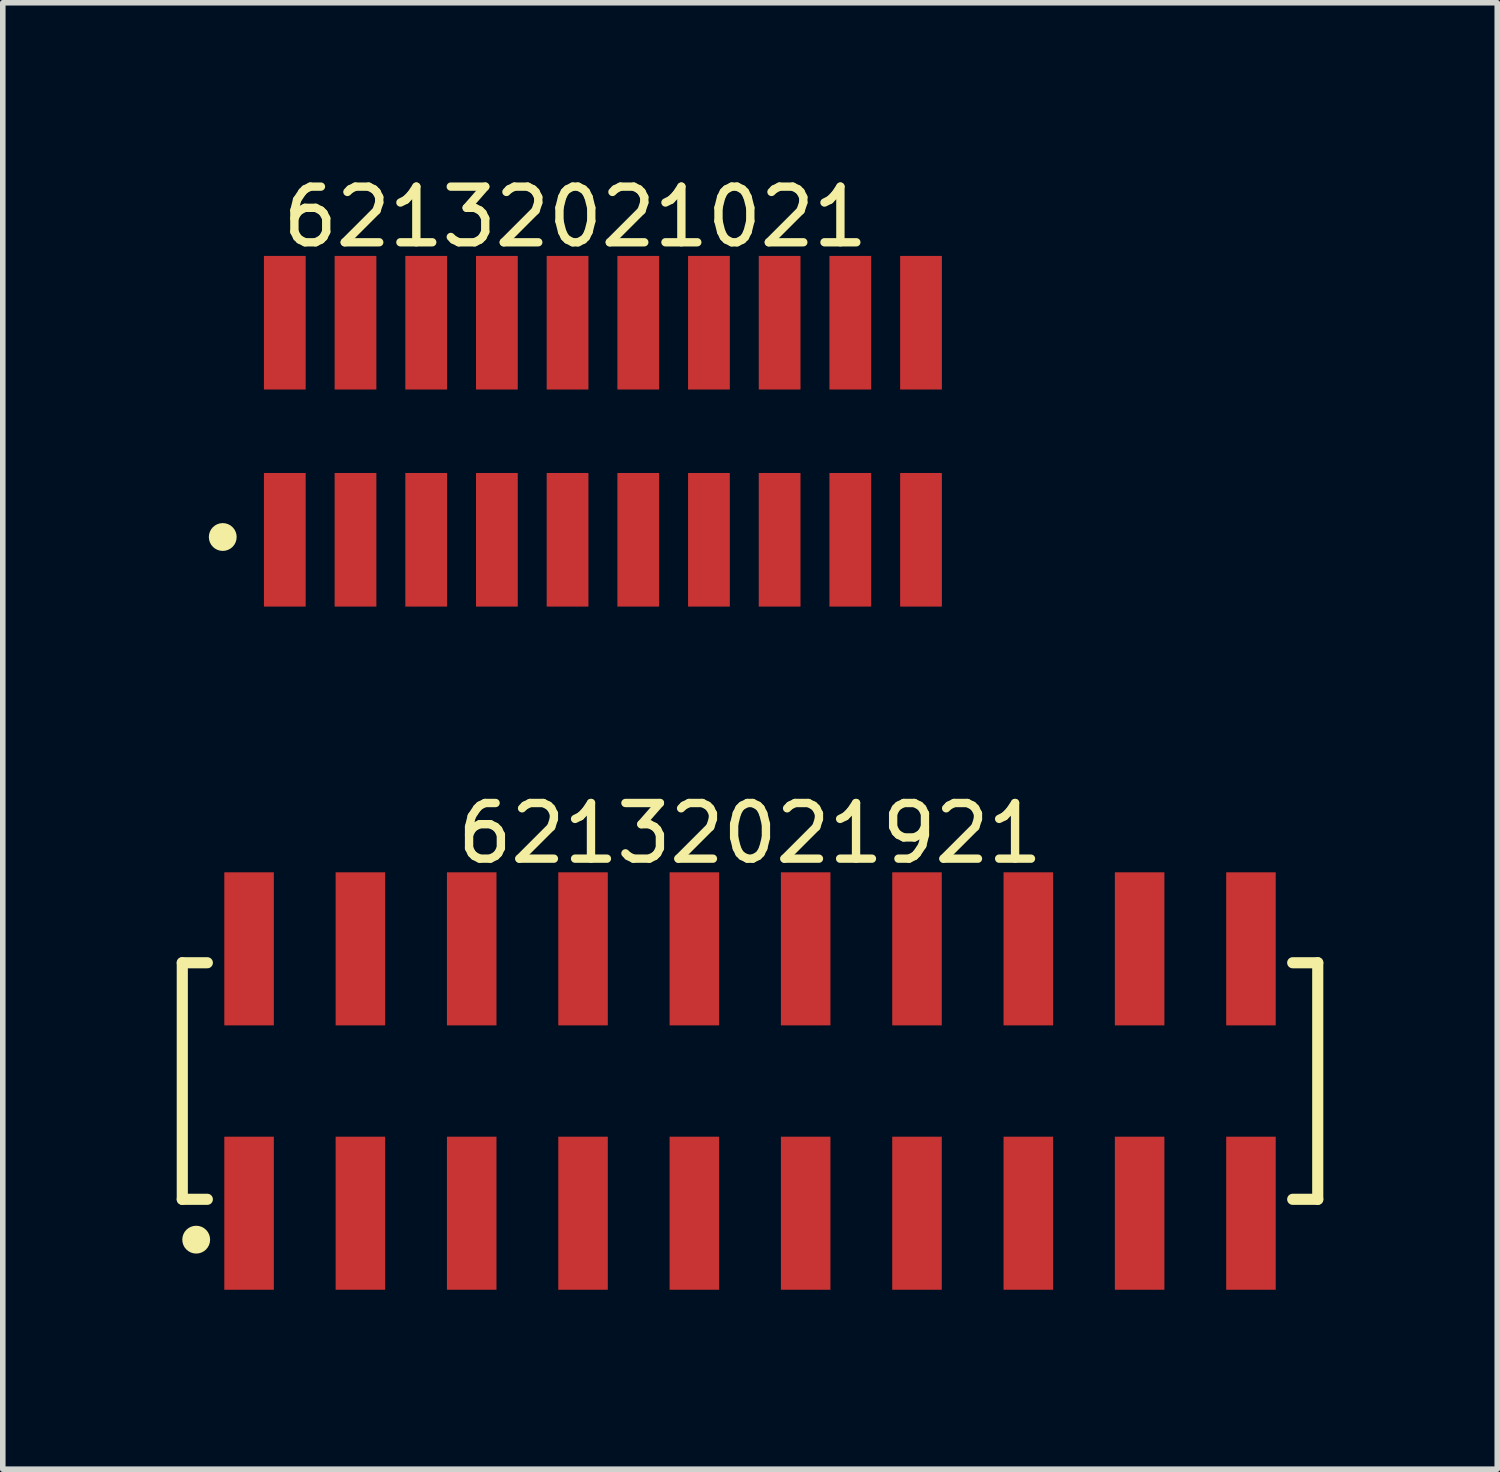
<source format=kicad_pcb>
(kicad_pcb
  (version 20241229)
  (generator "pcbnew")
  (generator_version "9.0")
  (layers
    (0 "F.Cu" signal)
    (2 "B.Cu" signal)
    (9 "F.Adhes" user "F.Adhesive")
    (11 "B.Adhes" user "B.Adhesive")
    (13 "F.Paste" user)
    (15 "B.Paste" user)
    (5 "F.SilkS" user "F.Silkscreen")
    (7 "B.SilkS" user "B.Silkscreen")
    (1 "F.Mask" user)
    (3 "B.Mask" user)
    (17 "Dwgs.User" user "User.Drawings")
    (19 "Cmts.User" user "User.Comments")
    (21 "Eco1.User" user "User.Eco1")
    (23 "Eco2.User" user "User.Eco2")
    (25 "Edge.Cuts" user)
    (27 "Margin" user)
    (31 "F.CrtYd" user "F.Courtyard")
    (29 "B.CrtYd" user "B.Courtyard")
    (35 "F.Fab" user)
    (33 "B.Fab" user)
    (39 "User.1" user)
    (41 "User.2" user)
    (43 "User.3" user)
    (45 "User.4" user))
  (footprint "62132021021"
    (layer "F.Cu")
    (at 7.782 4.698)
    (property "Reference" "62132021021" (at -0.495 -3.85 0) (layer "F.SilkS") (effects (font (size 1 1) (thickness 0.15))))
    (fp_circle (center -6.83 1.9) (end -6.83 1.775) (stroke (width 0.25) (type solid)) (fill no) (layer "F.SilkS"))
    (fp_line (start -6.55 -3.35) (end 6.55 -3.35) (stroke (width 0.05) (type solid)) (layer "Eco2.User"))
    (fp_line (start -6.55 3.35) (end -6.55 -3.35) (stroke (width 0.05) (type solid)) (layer "Eco2.User"))
    (fp_line (start -6.55 3.35) (end 6.55 3.35) (stroke (width 0.05) (type solid)) (layer "Eco2.User"))
    (fp_line (start -6.35 -1.7) (end 6.35 -1.7) (stroke (width 0.1) (type solid)) (layer "Eco2.User"))
    (fp_line (start -6.35 1.7) (end -6.35 -1.7) (stroke (width 0.1) (type solid)) (layer "Eco2.User"))
    (fp_line (start -6.35 1.7) (end 6.35 1.7) (stroke (width 0.1) (type solid)) (layer "Eco2.User"))
    (fp_line (start -5.915 -2.5) (end -5.515 -2.5) (stroke (width 0.1) (type solid)) (layer "Eco2.User"))
    (fp_line (start -5.915 -1.7) (end -5.915 -2.5) (stroke (width 0.1) (type solid)) (layer "Eco2.User"))
    (fp_line (start -5.915 2.5) (end -5.915 1.7) (stroke (width 0.1) (type solid)) (layer "Eco2.User"))
    (fp_line (start -5.915 2.5) (end -5.515 2.5) (stroke (width 0.1) (type solid)) (layer "Eco2.User"))
    (fp_line (start -5.515 -1.7) (end -5.515 -2.5) (stroke (width 0.1) (type solid)) (layer "Eco2.User"))
    (fp_line (start -5.515 2.5) (end -5.515 1.7) (stroke (width 0.1) (type solid)) (layer "Eco2.User"))
    (fp_line (start -4.645 -2.5) (end -4.245 -2.5) (stroke (width 0.1) (type solid)) (layer "Eco2.User"))
    (fp_line (start -4.645 -1.7) (end -4.645 -2.5) (stroke (width 0.1) (type solid)) (layer "Eco2.User"))
    (fp_line (start -4.645 2.5) (end -4.645 1.7) (stroke (width 0.1) (type solid)) (layer "Eco2.User"))
    (fp_line (start -4.645 2.5) (end -4.245 2.5) (stroke (width 0.1) (type solid)) (layer "Eco2.User"))
    (fp_line (start -4.245 -1.7) (end -4.245 -2.5) (stroke (width 0.1) (type solid)) (layer "Eco2.User"))
    (fp_line (start -4.245 2.5) (end -4.245 1.7) (stroke (width 0.1) (type solid)) (layer "Eco2.User"))
    (fp_line (start -3.375 -2.5) (end -2.975 -2.5) (stroke (width 0.1) (type solid)) (layer "Eco2.User"))
    (fp_line (start -3.375 -1.7) (end -3.375 -2.5) (stroke (width 0.1) (type solid)) (layer "Eco2.User"))
    (fp_line (start -3.375 2.5) (end -3.375 1.7) (stroke (width 0.1) (type solid)) (layer "Eco2.User"))
    (fp_line (start -3.375 2.5) (end -2.975 2.5) (stroke (width 0.1) (type solid)) (layer "Eco2.User"))
    (fp_line (start -2.975 -1.7) (end -2.975 -2.5) (stroke (width 0.1) (type solid)) (layer "Eco2.User"))
    (fp_line (start -2.975 2.5) (end -2.975 1.7) (stroke (width 0.1) (type solid)) (layer "Eco2.User"))
    (fp_line (start -2.105 -2.5) (end -1.705 -2.5) (stroke (width 0.1) (type solid)) (layer "Eco2.User"))
    (fp_line (start -2.105 -1.7) (end -2.105 -2.5) (stroke (width 0.1) (type solid)) (layer "Eco2.User"))
    (fp_line (start -2.105 2.5) (end -2.105 1.7) (stroke (width 0.1) (type solid)) (layer "Eco2.User"))
    (fp_line (start -2.105 2.5) (end -1.705 2.5) (stroke (width 0.1) (type solid)) (layer "Eco2.User"))
    (fp_line (start -1.705 -1.7) (end -1.705 -2.5) (stroke (width 0.1) (type solid)) (layer "Eco2.User"))
    (fp_line (start -1.705 2.5) (end -1.705 1.7) (stroke (width 0.1) (type solid)) (layer "Eco2.User"))
    (fp_line (start -0.835 -2.5) (end -0.435 -2.5) (stroke (width 0.1) (type solid)) (layer "Eco2.User"))
    (fp_line (start -0.835 -1.7) (end -0.835 -2.5) (stroke (width 0.1) (type solid)) (layer "Eco2.User"))
    (fp_line (start -0.835 2.5) (end -0.835 1.7) (stroke (width 0.1) (type solid)) (layer "Eco2.User"))
    (fp_line (start -0.835 2.5) (end -0.435 2.5) (stroke (width 0.1) (type solid)) (layer "Eco2.User"))
    (fp_line (start -0.5 0) (end 0.5 0) (stroke (width 0.05) (type solid)) (layer "Eco2.User"))
    (fp_line (start -0.435 -1.7) (end -0.435 -2.5) (stroke (width 0.1) (type solid)) (layer "Eco2.User"))
    (fp_line (start -0.435 2.5) (end -0.435 1.7) (stroke (width 0.1) (type solid)) (layer "Eco2.User"))
    (fp_line (start 0 0.5) (end 0 -0.5) (stroke (width 0.05) (type solid)) (layer "Eco2.User"))
    (fp_line (start 0.435 -2.5) (end 0.835 -2.5) (stroke (width 0.1) (type solid)) (layer "Eco2.User"))
    (fp_line (start 0.435 -1.7) (end 0.435 -2.5) (stroke (width 0.1) (type solid)) (layer "Eco2.User"))
    (fp_line (start 0.435 2.5) (end 0.435 1.7) (stroke (width 0.1) (type solid)) (layer "Eco2.User"))
    (fp_line (start 0.435 2.5) (end 0.835 2.5) (stroke (width 0.1) (type solid)) (layer "Eco2.User"))
    (fp_line (start 0.835 -1.7) (end 0.835 -2.5) (stroke (width 0.1) (type solid)) (layer "Eco2.User"))
    (fp_line (start 0.835 2.5) (end 0.835 1.7) (stroke (width 0.1) (type solid)) (layer "Eco2.User"))
    (fp_line (start 1.705 -2.5) (end 2.105 -2.5) (stroke (width 0.1) (type solid)) (layer "Eco2.User"))
    (fp_line (start 1.705 -1.7) (end 1.705 -2.5) (stroke (width 0.1) (type solid)) (layer "Eco2.User"))
    (fp_line (start 1.705 2.5) (end 1.705 1.7) (stroke (width 0.1) (type solid)) (layer "Eco2.User"))
    (fp_line (start 1.705 2.5) (end 2.105 2.5) (stroke (width 0.1) (type solid)) (layer "Eco2.User"))
    (fp_line (start 2.105 -1.7) (end 2.105 -2.5) (stroke (width 0.1) (type solid)) (layer "Eco2.User"))
    (fp_line (start 2.105 2.5) (end 2.105 1.7) (stroke (width 0.1) (type solid)) (layer "Eco2.User"))
    (fp_line (start 2.975 -2.5) (end 3.375 -2.5) (stroke (width 0.1) (type solid)) (layer "Eco2.User"))
    (fp_line (start 2.975 -1.7) (end 2.975 -2.5) (stroke (width 0.1) (type solid)) (layer "Eco2.User"))
    (fp_line (start 2.975 2.5) (end 2.975 1.7) (stroke (width 0.1) (type solid)) (layer "Eco2.User"))
    (fp_line (start 2.975 2.5) (end 3.375 2.5) (stroke (width 0.1) (type solid)) (layer "Eco2.User"))
    (fp_line (start 3.375 -1.7) (end 3.375 -2.5) (stroke (width 0.1) (type solid)) (layer "Eco2.User"))
    (fp_line (start 3.375 2.5) (end 3.375 1.7) (stroke (width 0.1) (type solid)) (layer "Eco2.User"))
    (fp_line (start 4.245 -2.5) (end 4.645 -2.5) (stroke (width 0.1) (type solid)) (layer "Eco2.User"))
    (fp_line (start 4.245 -1.7) (end 4.245 -2.5) (stroke (width 0.1) (type solid)) (layer "Eco2.User"))
    (fp_line (start 4.245 2.5) (end 4.245 1.7) (stroke (width 0.1) (type solid)) (layer "Eco2.User"))
    (fp_line (start 4.245 2.5) (end 4.645 2.5) (stroke (width 0.1) (type solid)) (layer "Eco2.User"))
    (fp_line (start 4.645 -1.7) (end 4.645 -2.5) (stroke (width 0.1) (type solid)) (layer "Eco2.User"))
    (fp_line (start 4.645 2.5) (end 4.645 1.7) (stroke (width 0.1) (type solid)) (layer "Eco2.User"))
    (fp_line (start 5.515 -2.5) (end 5.915 -2.5) (stroke (width 0.1) (type solid)) (layer "Eco2.User"))
    (fp_line (start 5.515 -1.7) (end 5.515 -2.5) (stroke (width 0.1) (type solid)) (layer "Eco2.User"))
    (fp_line (start 5.515 2.5) (end 5.515 1.7) (stroke (width 0.1) (type solid)) (layer "Eco2.User"))
    (fp_line (start 5.515 2.5) (end 5.915 2.5) (stroke (width 0.1) (type solid)) (layer "Eco2.User"))
    (fp_line (start 5.915 -1.7) (end 5.915 -2.5) (stroke (width 0.1) (type solid)) (layer "Eco2.User"))
    (fp_line (start 5.915 2.5) (end 5.915 1.7) (stroke (width 0.1) (type solid)) (layer "Eco2.User"))
    (fp_line (start 6.35 1.7) (end 6.35 -1.7) (stroke (width 0.1) (type solid)) (layer "Eco2.User"))
    (fp_line (start 6.55 3.35) (end 6.55 -3.35) (stroke (width 0.05) (type solid)) (layer "Eco2.User"))
    (fp_text user "${REFERENCE}" (at 0.15 -0.197 0) (unlocked yes) (layer "User.3") (effects (font (size 1.5 1.5) (thickness 0.15))))
    (pad "1" smd rect (at -5.715 1.95) (size 0.75 2.4) (layers "F.Cu" "F.Mask" "F.Paste"))
    (pad "2" smd rect (at -5.715 -1.95) (size 0.75 2.4) (layers "F.Cu" "F.Mask" "F.Paste"))
    (pad "3" smd rect (at -4.445 1.95) (size 0.75 2.4) (layers "F.Cu" "F.Mask" "F.Paste"))
    (pad "4" smd rect (at -4.445 -1.95) (size 0.75 2.4) (layers "F.Cu" "F.Mask" "F.Paste"))
    (pad "5" smd rect (at -3.175 1.95) (size 0.75 2.4) (layers "F.Cu" "F.Mask" "F.Paste"))
    (pad "6" smd rect (at -3.175 -1.95) (size 0.75 2.4) (layers "F.Cu" "F.Mask" "F.Paste"))
    (pad "7" smd rect (at -1.905 1.95) (size 0.75 2.4) (layers "F.Cu" "F.Mask" "F.Paste"))
    (pad "8" smd rect (at -1.905 -1.95) (size 0.75 2.4) (layers "F.Cu" "F.Mask" "F.Paste"))
    (pad "9" smd rect (at -0.635 1.95) (size 0.75 2.4) (layers "F.Cu" "F.Mask" "F.Paste"))
    (pad "10" smd rect (at -0.635 -1.95) (size 0.75 2.4) (layers "F.Cu" "F.Mask" "F.Paste"))
    (pad "11" smd rect (at 0.635 1.95) (size 0.75 2.4) (layers "F.Cu" "F.Mask" "F.Paste"))
    (pad "12" smd rect (at 0.635 -1.95) (size 0.75 2.4) (layers "F.Cu" "F.Mask" "F.Paste"))
    (pad "13" smd rect (at 1.905 1.95) (size 0.75 2.4) (layers "F.Cu" "F.Mask" "F.Paste"))
    (pad "14" smd rect (at 1.905 -1.95) (size 0.75 2.4) (layers "F.Cu" "F.Mask" "F.Paste"))
    (pad "15" smd rect (at 3.175 1.95) (size 0.75 2.4) (layers "F.Cu" "F.Mask" "F.Paste"))
    (pad "16" smd rect (at 3.175 -1.95) (size 0.75 2.4) (layers "F.Cu" "F.Mask" "F.Paste"))
    (pad "17" smd rect (at 4.445 1.95) (size 0.75 2.4) (layers "F.Cu" "F.Mask" "F.Paste"))
    (pad "18" smd rect (at 4.445 -1.95) (size 0.75 2.4) (layers "F.Cu" "F.Mask" "F.Paste"))
    (pad "19" smd rect (at 5.715 1.95) (size 0.75 2.4) (layers "F.Cu" "F.Mask" "F.Paste"))
    (pad "20" smd rect (at 5.715 -1.95) (size 0.75 2.4) (layers "F.Cu" "F.Mask" "F.Paste")))
  (footprint "62132021921"
    (layer "F.Cu")
    (at 10.425 16.372)
    (property "Reference" "62132021921" (at 0 -4.45 0) (layer "F.SilkS") (effects (font (size 1 1) (thickness 0.15))))
    (fp_line (start -10.2 -2.125) (end -9.75 -2.125) (stroke (width 0.2) (type solid)) (layer "F.SilkS"))
    (fp_line (start -10.2 2.125) (end -10.2 -2.125) (stroke (width 0.2) (type solid)) (layer "F.SilkS"))
    (fp_line (start -10.2 2.125) (end -9.75 2.125) (stroke (width 0.2) (type solid)) (layer "F.SilkS"))
    (fp_line (start 9.75 -2.125) (end 10.2 -2.125) (stroke (width 0.2) (type solid)) (layer "F.SilkS"))
    (fp_line (start 9.75 2.125) (end 10.2 2.125) (stroke (width 0.2) (type solid)) (layer "F.SilkS"))
    (fp_line (start 10.2 2.125) (end 10.2 -2.125) (stroke (width 0.2) (type solid)) (layer "F.SilkS"))
    (fp_circle (center -9.95 2.85) (end -9.95 2.725) (stroke (width 0.25) (type solid)) (fill no) (layer "F.SilkS"))
    (fp_line (start -10.4 -3.95) (end 10.4 -3.95) (stroke (width 0.05) (type solid)) (layer "Eco2.User"))
    (fp_line (start -10.4 3.95) (end -10.4 -3.95) (stroke (width 0.05) (type solid)) (layer "Eco2.User"))
    (fp_line (start -10.4 3.95) (end 10.4 3.95) (stroke (width 0.05) (type solid)) (layer "Eco2.User"))
    (fp_line (start -10 -2) (end 10 -2) (stroke (width 0.1) (type solid)) (layer "Eco2.User"))
    (fp_line (start -10 2) (end -10 -2) (stroke (width 0.1) (type solid)) (layer "Eco2.User"))
    (fp_line (start -10 2) (end 10 2) (stroke (width 0.1) (type solid)) (layer "Eco2.User"))
    (fp_line (start -9.25 -3.1) (end -8.75 -3.1) (stroke (width 0.1) (type solid)) (layer "Eco2.User"))
    (fp_line (start -9.25 -2) (end -9.25 -3.1) (stroke (width 0.1) (type solid)) (layer "Eco2.User"))
    (fp_line (start -9.25 3.1) (end -9.25 2) (stroke (width 0.1) (type solid)) (layer "Eco2.User"))
    (fp_line (start -9.25 3.1) (end -8.75 3.1) (stroke (width 0.1) (type solid)) (layer "Eco2.User"))
    (fp_line (start -8.75 -2) (end -8.75 -3.1) (stroke (width 0.1) (type solid)) (layer "Eco2.User"))
    (fp_line (start -8.75 3.1) (end -8.75 2) (stroke (width 0.1) (type solid)) (layer "Eco2.User"))
    (fp_line (start -7.25 -3.1) (end -6.75 -3.1) (stroke (width 0.1) (type solid)) (layer "Eco2.User"))
    (fp_line (start -7.25 -2) (end -7.25 -3.1) (stroke (width 0.1) (type solid)) (layer "Eco2.User"))
    (fp_line (start -7.25 3.1) (end -7.25 2) (stroke (width 0.1) (type solid)) (layer "Eco2.User"))
    (fp_line (start -7.25 3.1) (end -6.75 3.1) (stroke (width 0.1) (type solid)) (layer "Eco2.User"))
    (fp_line (start -6.75 -2) (end -6.75 -3.1) (stroke (width 0.1) (type solid)) (layer "Eco2.User"))
    (fp_line (start -6.75 3.1) (end -6.75 2) (stroke (width 0.1) (type solid)) (layer "Eco2.User"))
    (fp_line (start -5.25 -3.1) (end -4.75 -3.1) (stroke (width 0.1) (type solid)) (layer "Eco2.User"))
    (fp_line (start -5.25 -2) (end -5.25 -3.1) (stroke (width 0.1) (type solid)) (layer "Eco2.User"))
    (fp_line (start -5.25 3.1) (end -5.25 2) (stroke (width 0.1) (type solid)) (layer "Eco2.User"))
    (fp_line (start -5.25 3.1) (end -4.75 3.1) (stroke (width 0.1) (type solid)) (layer "Eco2.User"))
    (fp_line (start -4.75 -2) (end -4.75 -3.1) (stroke (width 0.1) (type solid)) (layer "Eco2.User"))
    (fp_line (start -4.75 3.1) (end -4.75 2) (stroke (width 0.1) (type solid)) (layer "Eco2.User"))
    (fp_line (start -3.25 -3.1) (end -2.75 -3.1) (stroke (width 0.1) (type solid)) (layer "Eco2.User"))
    (fp_line (start -3.25 -2) (end -3.25 -3.1) (stroke (width 0.1) (type solid)) (layer "Eco2.User"))
    (fp_line (start -3.25 3.1) (end -3.25 2) (stroke (width 0.1) (type solid)) (layer "Eco2.User"))
    (fp_line (start -3.25 3.1) (end -2.75 3.1) (stroke (width 0.1) (type solid)) (layer "Eco2.User"))
    (fp_line (start -2.75 -2) (end -2.75 -3.1) (stroke (width 0.1) (type solid)) (layer "Eco2.User"))
    (fp_line (start -2.75 3.1) (end -2.75 2) (stroke (width 0.1) (type solid)) (layer "Eco2.User"))
    (fp_line (start -1.25 -3.1) (end -0.75 -3.1) (stroke (width 0.1) (type solid)) (layer "Eco2.User"))
    (fp_line (start -1.25 -2) (end -1.25 -3.1) (stroke (width 0.1) (type solid)) (layer "Eco2.User"))
    (fp_line (start -1.25 3.1) (end -1.25 2) (stroke (width 0.1) (type solid)) (layer "Eco2.User"))
    (fp_line (start -1.25 3.1) (end -0.75 3.1) (stroke (width 0.1) (type solid)) (layer "Eco2.User"))
    (fp_line (start -0.75 -2) (end -0.75 -3.1) (stroke (width 0.1) (type solid)) (layer "Eco2.User"))
    (fp_line (start -0.75 3.1) (end -0.75 2) (stroke (width 0.1) (type solid)) (layer "Eco2.User"))
    (fp_line (start -0.5 0) (end 0.5 0) (stroke (width 0.05) (type solid)) (layer "Eco2.User"))
    (fp_line (start 0 0.5) (end 0 -0.5) (stroke (width 0.05) (type solid)) (layer "Eco2.User"))
    (fp_line (start 0.75 -3.1) (end 1.25 -3.1) (stroke (width 0.1) (type solid)) (layer "Eco2.User"))
    (fp_line (start 0.75 -2) (end 0.75 -3.1) (stroke (width 0.1) (type solid)) (layer "Eco2.User"))
    (fp_line (start 0.75 3.1) (end 0.75 2) (stroke (width 0.1) (type solid)) (layer "Eco2.User"))
    (fp_line (start 0.75 3.1) (end 1.25 3.1) (stroke (width 0.1) (type solid)) (layer "Eco2.User"))
    (fp_line (start 1.25 -2) (end 1.25 -3.1) (stroke (width 0.1) (type solid)) (layer "Eco2.User"))
    (fp_line (start 1.25 3.1) (end 1.25 2) (stroke (width 0.1) (type solid)) (layer "Eco2.User"))
    (fp_line (start 2.75 -3.1) (end 3.25 -3.1) (stroke (width 0.1) (type solid)) (layer "Eco2.User"))
    (fp_line (start 2.75 -2) (end 2.75 -3.1) (stroke (width 0.1) (type solid)) (layer "Eco2.User"))
    (fp_line (start 2.75 3.1) (end 2.75 2) (stroke (width 0.1) (type solid)) (layer "Eco2.User"))
    (fp_line (start 2.75 3.1) (end 3.25 3.1) (stroke (width 0.1) (type solid)) (layer "Eco2.User"))
    (fp_line (start 3.25 -2) (end 3.25 -3.1) (stroke (width 0.1) (type solid)) (layer "Eco2.User"))
    (fp_line (start 3.25 3.1) (end 3.25 2) (stroke (width 0.1) (type solid)) (layer "Eco2.User"))
    (fp_line (start 4.75 -3.1) (end 5.25 -3.1) (stroke (width 0.1) (type solid)) (layer "Eco2.User"))
    (fp_line (start 4.75 -2) (end 4.75 -3.1) (stroke (width 0.1) (type solid)) (layer "Eco2.User"))
    (fp_line (start 4.75 3.1) (end 4.75 2) (stroke (width 0.1) (type solid)) (layer "Eco2.User"))
    (fp_line (start 4.75 3.1) (end 5.25 3.1) (stroke (width 0.1) (type solid)) (layer "Eco2.User"))
    (fp_line (start 5.25 -2) (end 5.25 -3.1) (stroke (width 0.1) (type solid)) (layer "Eco2.User"))
    (fp_line (start 5.25 3.1) (end 5.25 2) (stroke (width 0.1) (type solid)) (layer "Eco2.User"))
    (fp_line (start 6.75 -3.1) (end 7.25 -3.1) (stroke (width 0.1) (type solid)) (layer "Eco2.User"))
    (fp_line (start 6.75 -2) (end 6.75 -3.1) (stroke (width 0.1) (type solid)) (layer "Eco2.User"))
    (fp_line (start 6.75 3.1) (end 6.75 2) (stroke (width 0.1) (type solid)) (layer "Eco2.User"))
    (fp_line (start 6.75 3.1) (end 7.25 3.1) (stroke (width 0.1) (type solid)) (layer "Eco2.User"))
    (fp_line (start 7.25 -2) (end 7.25 -3.1) (stroke (width 0.1) (type solid)) (layer "Eco2.User"))
    (fp_line (start 7.25 3.1) (end 7.25 2) (stroke (width 0.1) (type solid)) (layer "Eco2.User"))
    (fp_line (start 8.75 -3.1) (end 9.25 -3.1) (stroke (width 0.1) (type solid)) (layer "Eco2.User"))
    (fp_line (start 8.75 -2) (end 8.75 -3.1) (stroke (width 0.1) (type solid)) (layer "Eco2.User"))
    (fp_line (start 8.75 3.1) (end 8.75 2) (stroke (width 0.1) (type solid)) (layer "Eco2.User"))
    (fp_line (start 8.75 3.1) (end 9.25 3.1) (stroke (width 0.1) (type solid)) (layer "Eco2.User"))
    (fp_line (start 9.25 -2) (end 9.25 -3.1) (stroke (width 0.1) (type solid)) (layer "Eco2.User"))
    (fp_line (start 9.25 3.1) (end 9.25 2) (stroke (width 0.1) (type solid)) (layer "Eco2.User"))
    (fp_line (start 10 2) (end 10 -2) (stroke (width 0.1) (type solid)) (layer "Eco2.User"))
    (fp_line (start 10.4 3.95) (end 10.4 -3.95) (stroke (width 0.05) (type solid)) (layer "Eco2.User"))
    (fp_text user "${REFERENCE}" (at 0.15 -0.197 0) (unlocked yes) (layer "User.3") (effects (font (size 1.5 1.5) (thickness 0.15))))
    (pad "1" smd rect (at -9 2.375) (size 0.89 2.75) (layers "F.Cu" "F.Mask" "F.Paste"))
    (pad "2" smd rect (at -9 -2.375) (size 0.89 2.75) (layers "F.Cu" "F.Mask" "F.Paste"))
    (pad "3" smd rect (at -7 2.375) (size 0.89 2.75) (layers "F.Cu" "F.Mask" "F.Paste"))
    (pad "4" smd rect (at -7 -2.375) (size 0.89 2.75) (layers "F.Cu" "F.Mask" "F.Paste"))
    (pad "5" smd rect (at -5 2.375) (size 0.89 2.75) (layers "F.Cu" "F.Mask" "F.Paste"))
    (pad "6" smd rect (at -5 -2.375) (size 0.89 2.75) (layers "F.Cu" "F.Mask" "F.Paste"))
    (pad "7" smd rect (at -3 2.375) (size 0.89 2.75) (layers "F.Cu" "F.Mask" "F.Paste"))
    (pad "8" smd rect (at -3 -2.375) (size 0.89 2.75) (layers "F.Cu" "F.Mask" "F.Paste"))
    (pad "9" smd rect (at -1 2.375) (size 0.89 2.75) (layers "F.Cu" "F.Mask" "F.Paste"))
    (pad "10" smd rect (at -1 -2.375) (size 0.89 2.75) (layers "F.Cu" "F.Mask" "F.Paste"))
    (pad "11" smd rect (at 1 2.375) (size 0.89 2.75) (layers "F.Cu" "F.Mask" "F.Paste"))
    (pad "12" smd rect (at 1 -2.375) (size 0.89 2.75) (layers "F.Cu" "F.Mask" "F.Paste"))
    (pad "13" smd rect (at 3 2.375) (size 0.89 2.75) (layers "F.Cu" "F.Mask" "F.Paste"))
    (pad "14" smd rect (at 3 -2.375) (size 0.89 2.75) (layers "F.Cu" "F.Mask" "F.Paste"))
    (pad "15" smd rect (at 5 2.375) (size 0.89 2.75) (layers "F.Cu" "F.Mask" "F.Paste"))
    (pad "16" smd rect (at 5 -2.375) (size 0.89 2.75) (layers "F.Cu" "F.Mask" "F.Paste"))
    (pad "17" smd rect (at 7 2.375) (size 0.89 2.75) (layers "F.Cu" "F.Mask" "F.Paste"))
    (pad "18" smd rect (at 7 -2.375) (size 0.89 2.75) (layers "F.Cu" "F.Mask" "F.Paste"))
    (pad "19" smd rect (at 9 2.375) (size 0.89 2.75) (layers "F.Cu" "F.Mask" "F.Paste"))
    (pad "20" smd rect (at 9 -2.375) (size 0.89 2.75) (layers "F.Cu" "F.Mask" "F.Paste")))
  (gr_rect
    (start -3 -3)
    (end 23.85 23.346)
    (stroke (width 0.1) (type default))
    (fill no)
    (layer "Edge.Cuts")))
</source>
